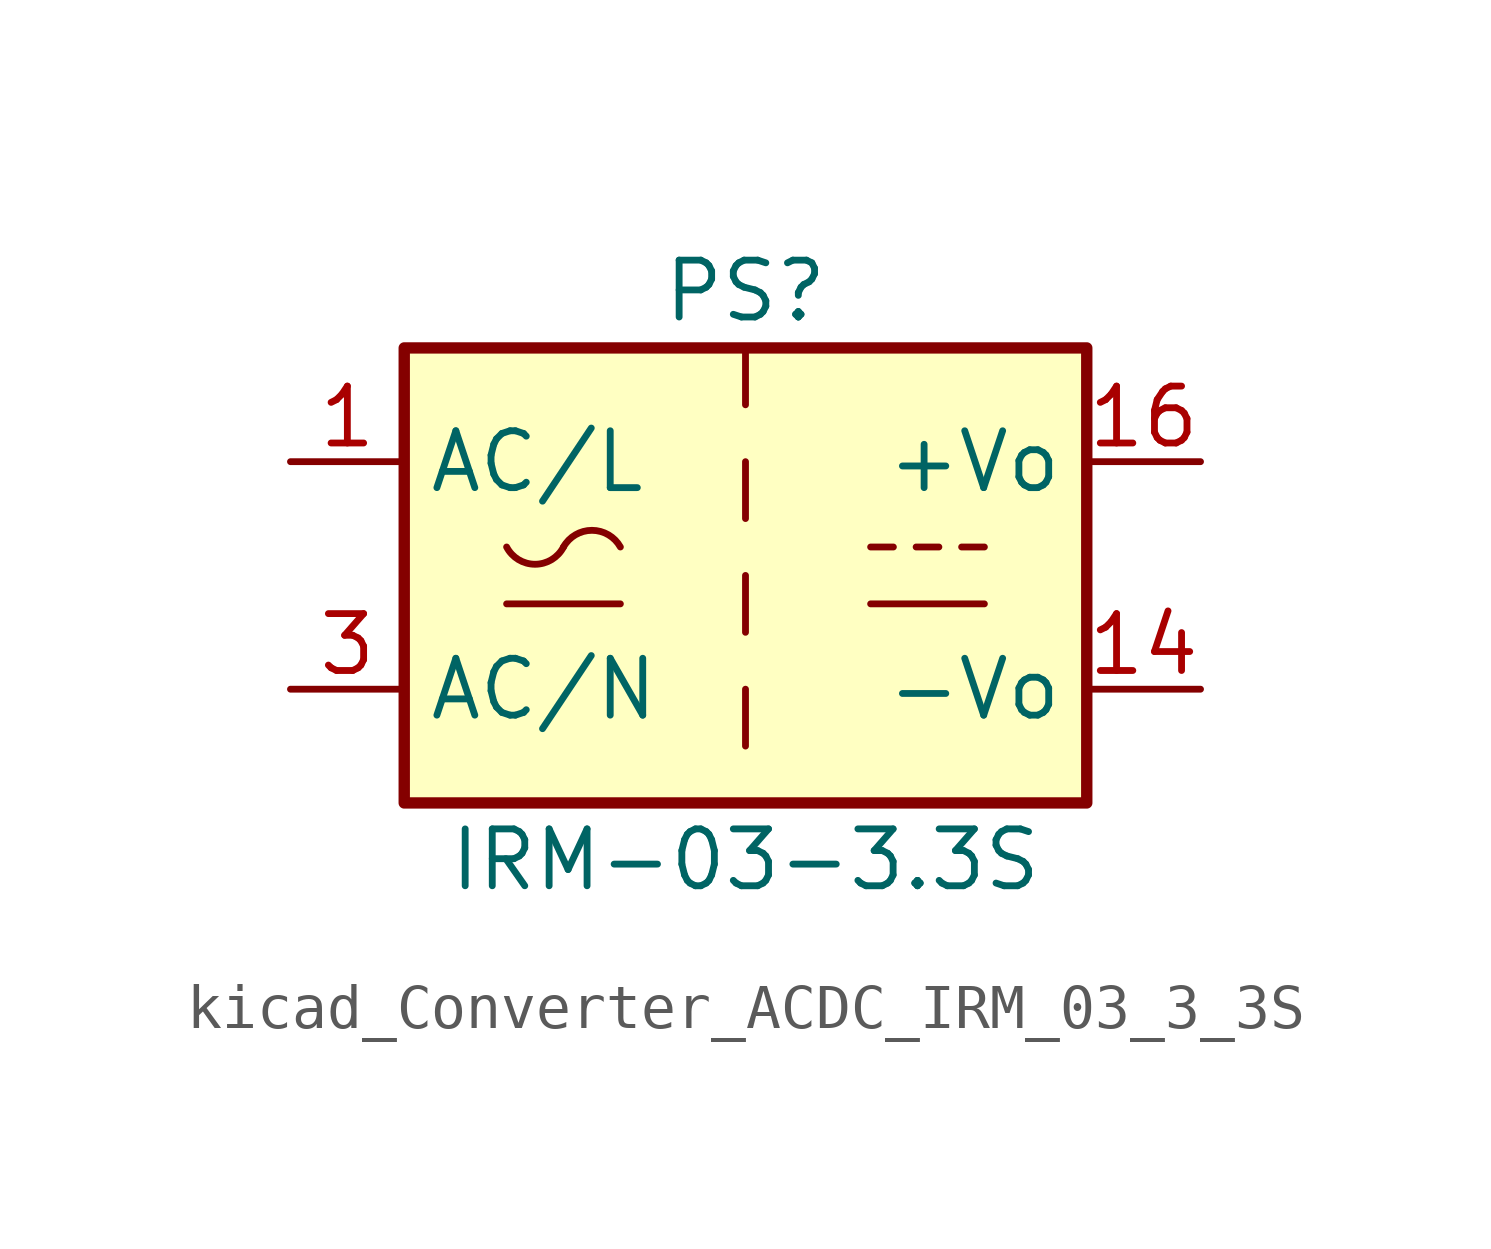
<source format=kicad_sym>
(kicad_symbol_lib
  (version 20220914)
  (generator kicad_symbol_editor)
  (symbol "kicad_Converter_ACDC_IRM_03_3_3S"
    (property "Reference" "PS"
      (at 0 6.35 0)
      (effects (font (size 1.27 1.27))))
    (property "Value" "IRM-03-3.3S"
      (at 0 -6.35 0)
      (effects (font (size 1.27 1.27))))
    (symbol "kicad_Converter_ACDC_IRM_03_3_3S_0_1"
      (rectangle (start -7.62 5.08) (end 7.62 -5.08) (stroke (width 0.254) (type default)) (fill (type background)))
      (arc (start -5.334 0.635) (mid -4.699 0.2495) (end -4.064 0.635) (stroke (width 0) (type default)) (fill (type none)))
      (arc (start -2.794 0.635) (mid -3.429 1.0072) (end -4.064 0.635) (stroke (width 0) (type default)) (fill (type none)))
      (polyline (pts (xy -5.334 -0.635) (xy -2.794 -0.635)) (stroke (width 0) (type default)) (fill (type none)))
      (polyline (pts (xy 0 -2.54) (xy 0 -3.81)) (stroke (width 0) (type default)) (fill (type none)))
      (polyline (pts (xy 0 0) (xy 0 -1.27)) (stroke (width 0) (type default)) (fill (type none)))
      (polyline (pts (xy 0 2.54) (xy 0 1.27)) (stroke (width 0) (type default)) (fill (type none)))
      (polyline (pts (xy 0 5.08) (xy 0 3.81)) (stroke (width 0) (type default)) (fill (type none)))
      (polyline (pts (xy 2.794 -0.635) (xy 5.334 -0.635)) (stroke (width 0) (type default)) (fill (type none)))
      (polyline (pts (xy 2.794 0.635) (xy 3.302 0.635)) (stroke (width 0) (type default)) (fill (type none)))
      (polyline (pts (xy 3.81 0.635) (xy 4.318 0.635)) (stroke (width 0) (type default)) (fill (type none)))
      (polyline (pts (xy 4.826 0.635) (xy 5.334 0.635)) (stroke (width 0) (type default)) (fill (type none))))
    (symbol "kicad_Converter_ACDC_IRM_03_3_3S_1_1"
      (pin power_in line (at -10.16 2.54 0) (length 2.54) (name "AC/L" (effects (font (size 1.27 1.27)))) (number "1" (effects (font (size 1.27 1.27)))))
      (pin power_out line (at 10.16 -2.54 180) (length 2.54) (name "-Vo" (effects (font (size 1.27 1.27)))) (number "14" (effects (font (size 1.27 1.27)))))
      (pin power_out line (at 10.16 2.54 180) (length 2.54) (name "+Vo" (effects (font (size 1.27 1.27)))) (number "16" (effects (font (size 1.27 1.27)))))
      (pin power_in line (at -10.16 -2.54 0) (length 2.54) (name "AC/N" (effects (font (size 1.27 1.27)))) (number "3" (effects (font (size 1.27 1.27))))))))
</source>
